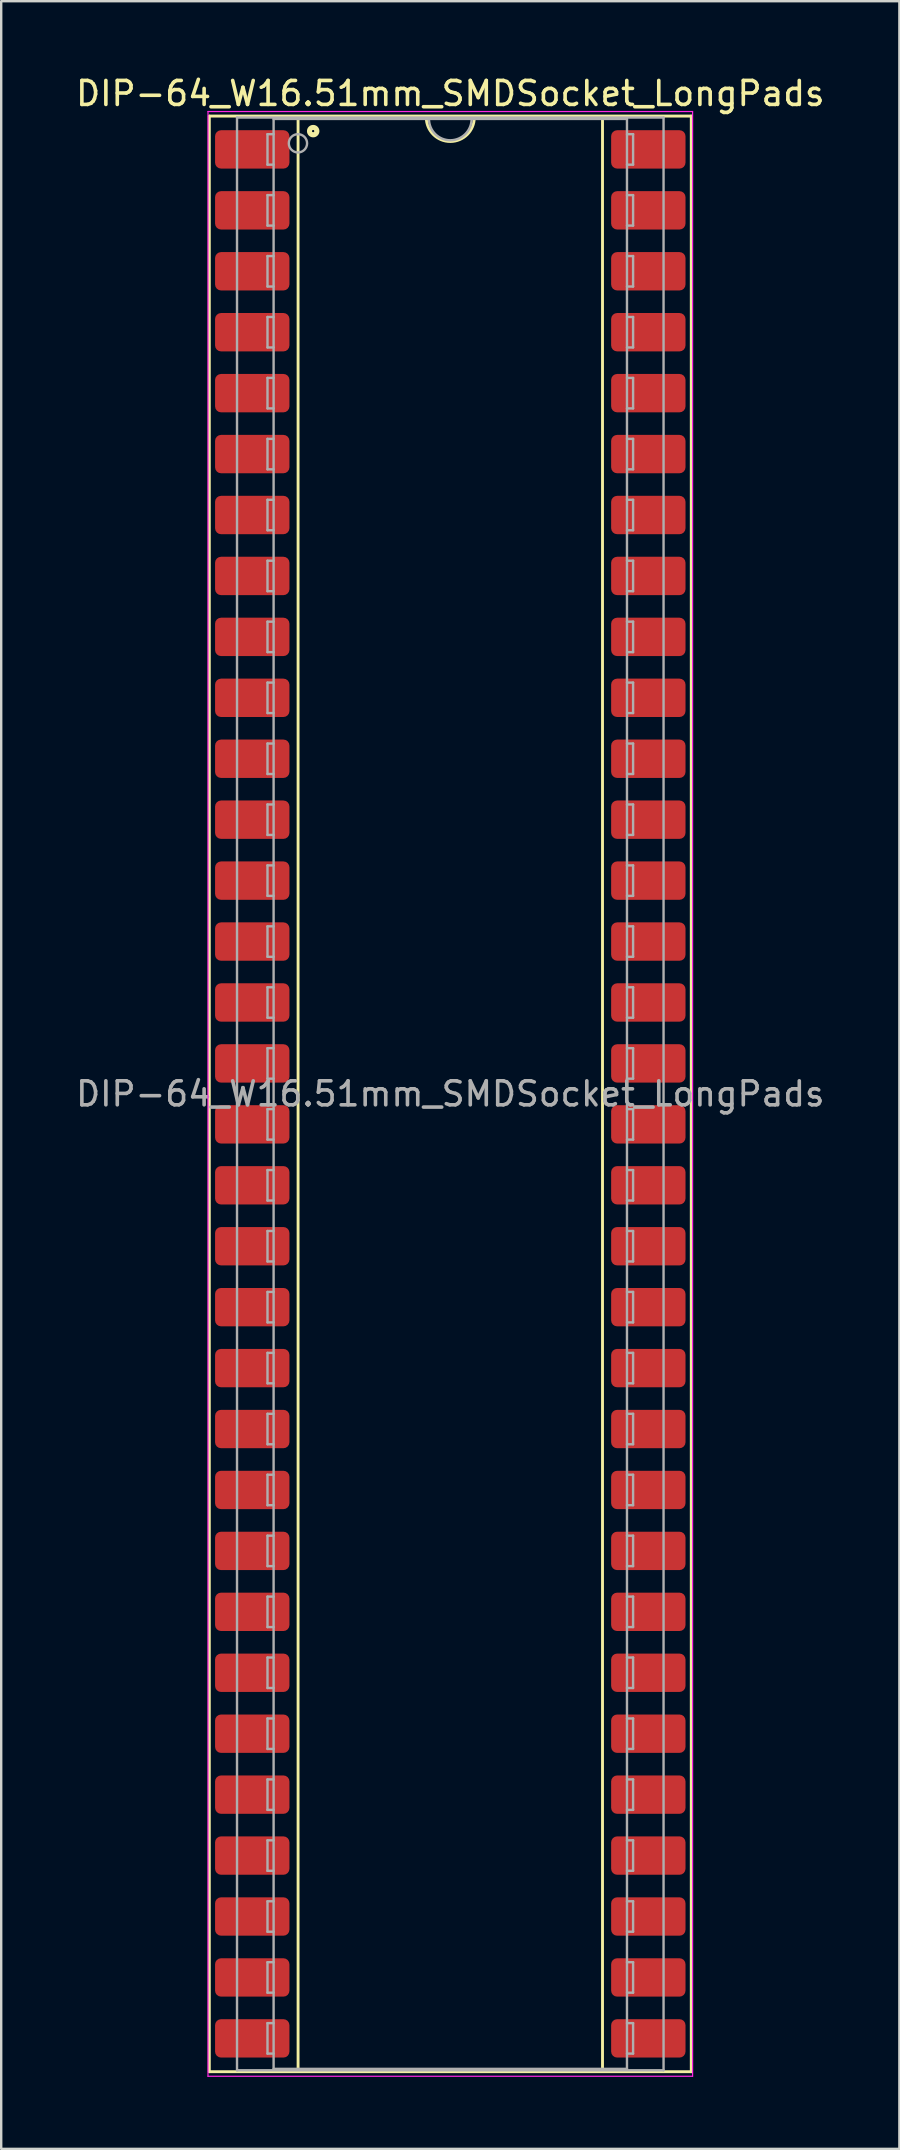
<source format=kicad_pcb>
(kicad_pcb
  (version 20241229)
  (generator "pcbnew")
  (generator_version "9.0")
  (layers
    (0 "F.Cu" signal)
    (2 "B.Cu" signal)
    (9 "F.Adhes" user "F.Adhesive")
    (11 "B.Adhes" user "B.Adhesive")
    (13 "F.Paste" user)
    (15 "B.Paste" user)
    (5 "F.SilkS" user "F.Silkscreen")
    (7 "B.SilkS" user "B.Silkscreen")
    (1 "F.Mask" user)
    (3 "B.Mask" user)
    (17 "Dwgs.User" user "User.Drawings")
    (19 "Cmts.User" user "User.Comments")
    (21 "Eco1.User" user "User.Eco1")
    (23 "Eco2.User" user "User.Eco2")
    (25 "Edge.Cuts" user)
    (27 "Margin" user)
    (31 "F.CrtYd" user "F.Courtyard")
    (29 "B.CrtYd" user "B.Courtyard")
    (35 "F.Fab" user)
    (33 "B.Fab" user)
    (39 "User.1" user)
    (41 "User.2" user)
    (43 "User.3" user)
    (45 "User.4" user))
  (footprint "DIP-64_W16.51mm_SMDSocket_LongPads"
    (layer "F.Cu")
    (at 15.72 42.548)
    (property "Reference" "DIP-64_W16.51mm_SMDSocket_LongPads" (at 0 -41.7 0) (layer "F.SilkS") (effects (font (size 1 1) (thickness 0.15))))
    (attr smd)
    (fp_line (start -10.045 -40.76) (end -10.045 40.76) (stroke (width 0.12) (type solid)) (layer "F.SilkS"))
    (fp_line (start -10.045 40.76) (end 10.045 40.76) (stroke (width 0.12) (type solid)) (layer "F.SilkS"))
    (fp_line (start -6.345 -40.7) (end -6.345 40.7) (stroke (width 0.12) (type solid)) (layer "F.SilkS"))
    (fp_line (start -6.345 40.7) (end 6.345 40.7) (stroke (width 0.12) (type solid)) (layer "F.SilkS"))
    (fp_line (start -1 -40.7) (end -6.345 -40.7) (stroke (width 0.12) (type solid)) (layer "F.SilkS"))
    (fp_line (start 6.345 -40.7) (end 1 -40.7) (stroke (width 0.12) (type solid)) (layer "F.SilkS"))
    (fp_line (start 6.345 40.7) (end 6.345 -40.7) (stroke (width 0.12) (type solid)) (layer "F.SilkS"))
    (fp_line (start 10.045 -40.76) (end -10.045 -40.76) (stroke (width 0.12) (type solid)) (layer "F.SilkS"))
    (fp_line (start 10.045 40.76) (end 10.045 -40.76) (stroke (width 0.12) (type solid)) (layer "F.SilkS"))
    (fp_arc (start 1 -40.7) (mid 0 -39.7) (end -1 -40.7) (stroke (width 0.12) (type solid)) (layer "F.SilkS"))
    (fp_circle (center -5.715 -40.132) (end -5.665 -40.132) (stroke (width 0.12) (type solid)) (fill no) (layer "F.SilkS"))
    (fp_circle (center -5.715 -40.132) (end -5.59 -40.132) (stroke (width 0.12) (type solid)) (fill no) (layer "F.SilkS"))
    (fp_circle (center -5.715 -40.132) (end -5.515 -40.132) (stroke (width 0.12) (type solid)) (fill no) (layer "F.SilkS"))
    (fp_line (start -10.1 -40.95) (end -10.1 40.95) (stroke (width 0.05) (type solid)) (layer "F.CrtYd"))
    (fp_line (start -10.1 40.95) (end 10.1 40.95) (stroke (width 0.05) (type solid)) (layer "F.CrtYd"))
    (fp_line (start 10.1 -40.95) (end -10.1 -40.95) (stroke (width 0.05) (type solid)) (layer "F.CrtYd"))
    (fp_line (start 10.1 40.95) (end 10.1 -40.95) (stroke (width 0.05) (type solid)) (layer "F.CrtYd"))
    (fp_line (start -8.89 -40.7) (end -8.89 40.7) (stroke (width 0.1) (type solid)) (layer "F.Fab"))
    (fp_line (start -8.89 40.7) (end 8.89 40.7) (stroke (width 0.1) (type solid)) (layer "F.Fab"))
    (fp_line (start -7.62 -40.005) (end -7.62 -38.735) (stroke (width 0.1) (type solid)) (layer "F.Fab"))
    (fp_line (start -7.62 -40.005) (end -7.366 -40.005) (stroke (width 0.1) (type solid)) (layer "F.Fab"))
    (fp_line (start -7.62 -38.735) (end -7.366 -38.735) (stroke (width 0.1) (type solid)) (layer "F.Fab"))
    (fp_line (start -7.62 -37.465) (end -7.62 -36.195) (stroke (width 0.1) (type solid)) (layer "F.Fab"))
    (fp_line (start -7.62 -37.465) (end -7.366 -37.465) (stroke (width 0.1) (type solid)) (layer "F.Fab"))
    (fp_line (start -7.62 -36.195) (end -7.366 -36.195) (stroke (width 0.1) (type solid)) (layer "F.Fab"))
    (fp_line (start -7.62 -34.925) (end -7.62 -33.655) (stroke (width 0.1) (type solid)) (layer "F.Fab"))
    (fp_line (start -7.62 -34.925) (end -7.366 -34.925) (stroke (width 0.1) (type solid)) (layer "F.Fab"))
    (fp_line (start -7.62 -33.655) (end -7.366 -33.655) (stroke (width 0.1) (type solid)) (layer "F.Fab"))
    (fp_line (start -7.62 -32.385) (end -7.62 -31.115) (stroke (width 0.1) (type solid)) (layer "F.Fab"))
    (fp_line (start -7.62 -32.385) (end -7.366 -32.385) (stroke (width 0.1) (type solid)) (layer "F.Fab"))
    (fp_line (start -7.62 -31.115) (end -7.366 -31.115) (stroke (width 0.1) (type solid)) (layer "F.Fab"))
    (fp_line (start -7.62 -29.845) (end -7.62 -28.575) (stroke (width 0.1) (type solid)) (layer "F.Fab"))
    (fp_line (start -7.62 -29.845) (end -7.366 -29.845) (stroke (width 0.1) (type solid)) (layer "F.Fab"))
    (fp_line (start -7.62 -28.575) (end -7.366 -28.575) (stroke (width 0.1) (type solid)) (layer "F.Fab"))
    (fp_line (start -7.62 -27.305) (end -7.62 -26.035) (stroke (width 0.1) (type solid)) (layer "F.Fab"))
    (fp_line (start -7.62 -27.305) (end -7.366 -27.305) (stroke (width 0.1) (type solid)) (layer "F.Fab"))
    (fp_line (start -7.62 -26.035) (end -7.366 -26.035) (stroke (width 0.1) (type solid)) (layer "F.Fab"))
    (fp_line (start -7.62 -24.765) (end -7.62 -23.495) (stroke (width 0.1) (type solid)) (layer "F.Fab"))
    (fp_line (start -7.62 -24.765) (end -7.366 -24.765) (stroke (width 0.1) (type solid)) (layer "F.Fab"))
    (fp_line (start -7.62 -23.495) (end -7.366 -23.495) (stroke (width 0.1) (type solid)) (layer "F.Fab"))
    (fp_line (start -7.62 -22.225) (end -7.62 -20.955) (stroke (width 0.1) (type solid)) (layer "F.Fab"))
    (fp_line (start -7.62 -22.225) (end -7.366 -22.225) (stroke (width 0.1) (type solid)) (layer "F.Fab"))
    (fp_line (start -7.62 -20.955) (end -7.366 -20.955) (stroke (width 0.1) (type solid)) (layer "F.Fab"))
    (fp_line (start -7.62 -19.685) (end -7.62 -18.415) (stroke (width 0.1) (type solid)) (layer "F.Fab"))
    (fp_line (start -7.62 -19.685) (end -7.366 -19.685) (stroke (width 0.1) (type solid)) (layer "F.Fab"))
    (fp_line (start -7.62 -18.415) (end -7.366 -18.415) (stroke (width 0.1) (type solid)) (layer "F.Fab"))
    (fp_line (start -7.62 -17.145) (end -7.62 -15.875) (stroke (width 0.1) (type solid)) (layer "F.Fab"))
    (fp_line (start -7.62 -17.145) (end -7.366 -17.145) (stroke (width 0.1) (type solid)) (layer "F.Fab"))
    (fp_line (start -7.62 -15.875) (end -7.366 -15.875) (stroke (width 0.1) (type solid)) (layer "F.Fab"))
    (fp_line (start -7.62 -14.605) (end -7.62 -13.335) (stroke (width 0.1) (type solid)) (layer "F.Fab"))
    (fp_line (start -7.62 -14.605) (end -7.366 -14.605) (stroke (width 0.1) (type solid)) (layer "F.Fab"))
    (fp_line (start -7.62 -13.335) (end -7.366 -13.335) (stroke (width 0.1) (type solid)) (layer "F.Fab"))
    (fp_line (start -7.62 -12.065) (end -7.62 -10.795) (stroke (width 0.1) (type solid)) (layer "F.Fab"))
    (fp_line (start -7.62 -12.065) (end -7.366 -12.065) (stroke (width 0.1) (type solid)) (layer "F.Fab"))
    (fp_line (start -7.62 -10.795) (end -7.366 -10.795) (stroke (width 0.1) (type solid)) (layer "F.Fab"))
    (fp_line (start -7.62 -9.525) (end -7.62 -8.255) (stroke (width 0.1) (type solid)) (layer "F.Fab"))
    (fp_line (start -7.62 -9.525) (end -7.366 -9.525) (stroke (width 0.1) (type solid)) (layer "F.Fab"))
    (fp_line (start -7.62 -8.255) (end -7.366 -8.255) (stroke (width 0.1) (type solid)) (layer "F.Fab"))
    (fp_line (start -7.62 -6.985) (end -7.62 -5.715) (stroke (width 0.1) (type solid)) (layer "F.Fab"))
    (fp_line (start -7.62 -6.985) (end -7.366 -6.985) (stroke (width 0.1) (type solid)) (layer "F.Fab"))
    (fp_line (start -7.62 -5.715) (end -7.366 -5.715) (stroke (width 0.1) (type solid)) (layer "F.Fab"))
    (fp_line (start -7.62 -4.445) (end -7.62 -3.175) (stroke (width 0.1) (type solid)) (layer "F.Fab"))
    (fp_line (start -7.62 -4.445) (end -7.366 -4.445) (stroke (width 0.1) (type solid)) (layer "F.Fab"))
    (fp_line (start -7.62 -3.175) (end -7.366 -3.175) (stroke (width 0.1) (type solid)) (layer "F.Fab"))
    (fp_line (start -7.62 -1.905) (end -7.62 -0.635) (stroke (width 0.1) (type solid)) (layer "F.Fab"))
    (fp_line (start -7.62 -1.905) (end -7.366 -1.905) (stroke (width 0.1) (type solid)) (layer "F.Fab"))
    (fp_line (start -7.62 -0.635) (end -7.366 -0.635) (stroke (width 0.1) (type solid)) (layer "F.Fab"))
    (fp_line (start -7.62 0.635) (end -7.62 1.905) (stroke (width 0.1) (type solid)) (layer "F.Fab"))
    (fp_line (start -7.62 0.635) (end -7.366 0.635) (stroke (width 0.1) (type solid)) (layer "F.Fab"))
    (fp_line (start -7.62 1.905) (end -7.366 1.905) (stroke (width 0.1) (type solid)) (layer "F.Fab"))
    (fp_line (start -7.62 3.175) (end -7.62 4.445) (stroke (width 0.1) (type solid)) (layer "F.Fab"))
    (fp_line (start -7.62 3.175) (end -7.366 3.175) (stroke (width 0.1) (type solid)) (layer "F.Fab"))
    (fp_line (start -7.62 4.445) (end -7.366 4.445) (stroke (width 0.1) (type solid)) (layer "F.Fab"))
    (fp_line (start -7.62 5.715) (end -7.62 6.985) (stroke (width 0.1) (type solid)) (layer "F.Fab"))
    (fp_line (start -7.62 5.715) (end -7.366 5.715) (stroke (width 0.1) (type solid)) (layer "F.Fab"))
    (fp_line (start -7.62 6.985) (end -7.366 6.985) (stroke (width 0.1) (type solid)) (layer "F.Fab"))
    (fp_line (start -7.62 8.255) (end -7.62 9.525) (stroke (width 0.1) (type solid)) (layer "F.Fab"))
    (fp_line (start -7.62 8.255) (end -7.366 8.255) (stroke (width 0.1) (type solid)) (layer "F.Fab"))
    (fp_line (start -7.62 9.525) (end -7.366 9.525) (stroke (width 0.1) (type solid)) (layer "F.Fab"))
    (fp_line (start -7.62 10.795) (end -7.62 12.065) (stroke (width 0.1) (type solid)) (layer "F.Fab"))
    (fp_line (start -7.62 10.795) (end -7.366 10.795) (stroke (width 0.1) (type solid)) (layer "F.Fab"))
    (fp_line (start -7.62 12.065) (end -7.366 12.065) (stroke (width 0.1) (type solid)) (layer "F.Fab"))
    (fp_line (start -7.62 13.335) (end -7.62 14.605) (stroke (width 0.1) (type solid)) (layer "F.Fab"))
    (fp_line (start -7.62 13.335) (end -7.366 13.335) (stroke (width 0.1) (type solid)) (layer "F.Fab"))
    (fp_line (start -7.62 14.605) (end -7.366 14.605) (stroke (width 0.1) (type solid)) (layer "F.Fab"))
    (fp_line (start -7.62 15.875) (end -7.62 17.145) (stroke (width 0.1) (type solid)) (layer "F.Fab"))
    (fp_line (start -7.62 15.875) (end -7.366 15.875) (stroke (width 0.1) (type solid)) (layer "F.Fab"))
    (fp_line (start -7.62 17.145) (end -7.366 17.145) (stroke (width 0.1) (type solid)) (layer "F.Fab"))
    (fp_line (start -7.62 18.415) (end -7.62 19.685) (stroke (width 0.1) (type solid)) (layer "F.Fab"))
    (fp_line (start -7.62 18.415) (end -7.366 18.415) (stroke (width 0.1) (type solid)) (layer "F.Fab"))
    (fp_line (start -7.62 19.685) (end -7.366 19.685) (stroke (width 0.1) (type solid)) (layer "F.Fab"))
    (fp_line (start -7.62 20.955) (end -7.62 22.225) (stroke (width 0.1) (type solid)) (layer "F.Fab"))
    (fp_line (start -7.62 20.955) (end -7.366 20.955) (stroke (width 0.1) (type solid)) (layer "F.Fab"))
    (fp_line (start -7.62 22.225) (end -7.366 22.225) (stroke (width 0.1) (type solid)) (layer "F.Fab"))
    (fp_line (start -7.62 23.495) (end -7.62 24.765) (stroke (width 0.1) (type solid)) (layer "F.Fab"))
    (fp_line (start -7.62 23.495) (end -7.366 23.495) (stroke (width 0.1) (type solid)) (layer "F.Fab"))
    (fp_line (start -7.62 24.765) (end -7.366 24.765) (stroke (width 0.1) (type solid)) (layer "F.Fab"))
    (fp_line (start -7.62 26.035) (end -7.62 27.305) (stroke (width 0.1) (type solid)) (layer "F.Fab"))
    (fp_line (start -7.62 26.035) (end -7.366 26.035) (stroke (width 0.1) (type solid)) (layer "F.Fab"))
    (fp_line (start -7.62 27.305) (end -7.366 27.305) (stroke (width 0.1) (type solid)) (layer "F.Fab"))
    (fp_line (start -7.62 28.575) (end -7.62 29.845) (stroke (width 0.1) (type solid)) (layer "F.Fab"))
    (fp_line (start -7.62 28.575) (end -7.366 28.575) (stroke (width 0.1) (type solid)) (layer "F.Fab"))
    (fp_line (start -7.62 29.845) (end -7.366 29.845) (stroke (width 0.1) (type solid)) (layer "F.Fab"))
    (fp_line (start -7.62 31.115) (end -7.62 32.385) (stroke (width 0.1) (type solid)) (layer "F.Fab"))
    (fp_line (start -7.62 31.115) (end -7.366 31.115) (stroke (width 0.1) (type solid)) (layer "F.Fab"))
    (fp_line (start -7.62 32.385) (end -7.366 32.385) (stroke (width 0.1) (type solid)) (layer "F.Fab"))
    (fp_line (start -7.62 33.655) (end -7.62 34.925) (stroke (width 0.1) (type solid)) (layer "F.Fab"))
    (fp_line (start -7.62 33.655) (end -7.366 33.655) (stroke (width 0.1) (type solid)) (layer "F.Fab"))
    (fp_line (start -7.62 34.925) (end -7.366 34.925) (stroke (width 0.1) (type solid)) (layer "F.Fab"))
    (fp_line (start -7.62 36.195) (end -7.62 37.465) (stroke (width 0.1) (type solid)) (layer "F.Fab"))
    (fp_line (start -7.62 36.195) (end -7.366 36.195) (stroke (width 0.1) (type solid)) (layer "F.Fab"))
    (fp_line (start -7.62 37.465) (end -7.366 37.465) (stroke (width 0.1) (type solid)) (layer "F.Fab"))
    (fp_line (start -7.62 38.735) (end -7.62 40.005) (stroke (width 0.1) (type solid)) (layer "F.Fab"))
    (fp_line (start -7.62 38.735) (end -7.366 38.735) (stroke (width 0.1) (type solid)) (layer "F.Fab"))
    (fp_line (start -7.62 40.005) (end -7.366 40.005) (stroke (width 0.1) (type solid)) (layer "F.Fab"))
    (fp_line (start -7.365 -40.64) (end 7.365 -40.64) (stroke (width 0.1) (type solid)) (layer "F.Fab"))
    (fp_line (start -7.365 40.64) (end -7.365 -40.64) (stroke (width 0.1) (type solid)) (layer "F.Fab"))
    (fp_line (start 7.365 -40.64) (end 7.365 40.64) (stroke (width 0.1) (type solid)) (layer "F.Fab"))
    (fp_line (start 7.365 40.64) (end -7.365 40.64) (stroke (width 0.1) (type solid)) (layer "F.Fab"))
    (fp_line (start 7.62 -40.005) (end 7.366 -40.005) (stroke (width 0.1) (type solid)) (layer "F.Fab"))
    (fp_line (start 7.62 -38.735) (end 7.366 -38.735) (stroke (width 0.1) (type solid)) (layer "F.Fab"))
    (fp_line (start 7.62 -38.735) (end 7.62 -40.005) (stroke (width 0.1) (type solid)) (layer "F.Fab"))
    (fp_line (start 7.62 -37.465) (end 7.366 -37.465) (stroke (width 0.1) (type solid)) (layer "F.Fab"))
    (fp_line (start 7.62 -36.195) (end 7.366 -36.195) (stroke (width 0.1) (type solid)) (layer "F.Fab"))
    (fp_line (start 7.62 -36.195) (end 7.62 -37.465) (stroke (width 0.1) (type solid)) (layer "F.Fab"))
    (fp_line (start 7.62 -34.925) (end 7.366 -34.925) (stroke (width 0.1) (type solid)) (layer "F.Fab"))
    (fp_line (start 7.62 -33.655) (end 7.366 -33.655) (stroke (width 0.1) (type solid)) (layer "F.Fab"))
    (fp_line (start 7.62 -33.655) (end 7.62 -34.925) (stroke (width 0.1) (type solid)) (layer "F.Fab"))
    (fp_line (start 7.62 -32.385) (end 7.366 -32.385) (stroke (width 0.1) (type solid)) (layer "F.Fab"))
    (fp_line (start 7.62 -31.115) (end 7.366 -31.115) (stroke (width 0.1) (type solid)) (layer "F.Fab"))
    (fp_line (start 7.62 -31.115) (end 7.62 -32.385) (stroke (width 0.1) (type solid)) (layer "F.Fab"))
    (fp_line (start 7.62 -29.845) (end 7.366 -29.845) (stroke (width 0.1) (type solid)) (layer "F.Fab"))
    (fp_line (start 7.62 -28.575) (end 7.366 -28.575) (stroke (width 0.1) (type solid)) (layer "F.Fab"))
    (fp_line (start 7.62 -28.575) (end 7.62 -29.845) (stroke (width 0.1) (type solid)) (layer "F.Fab"))
    (fp_line (start 7.62 -27.305) (end 7.366 -27.305) (stroke (width 0.1) (type solid)) (layer "F.Fab"))
    (fp_line (start 7.62 -26.035) (end 7.366 -26.035) (stroke (width 0.1) (type solid)) (layer "F.Fab"))
    (fp_line (start 7.62 -26.035) (end 7.62 -27.305) (stroke (width 0.1) (type solid)) (layer "F.Fab"))
    (fp_line (start 7.62 -24.765) (end 7.366 -24.765) (stroke (width 0.1) (type solid)) (layer "F.Fab"))
    (fp_line (start 7.62 -23.495) (end 7.366 -23.495) (stroke (width 0.1) (type solid)) (layer "F.Fab"))
    (fp_line (start 7.62 -23.495) (end 7.62 -24.765) (stroke (width 0.1) (type solid)) (layer "F.Fab"))
    (fp_line (start 7.62 -22.225) (end 7.366 -22.225) (stroke (width 0.1) (type solid)) (layer "F.Fab"))
    (fp_line (start 7.62 -20.955) (end 7.366 -20.955) (stroke (width 0.1) (type solid)) (layer "F.Fab"))
    (fp_line (start 7.62 -20.955) (end 7.62 -22.225) (stroke (width 0.1) (type solid)) (layer "F.Fab"))
    (fp_line (start 7.62 -19.685) (end 7.366 -19.685) (stroke (width 0.1) (type solid)) (layer "F.Fab"))
    (fp_line (start 7.62 -18.415) (end 7.366 -18.415) (stroke (width 0.1) (type solid)) (layer "F.Fab"))
    (fp_line (start 7.62 -18.415) (end 7.62 -19.685) (stroke (width 0.1) (type solid)) (layer "F.Fab"))
    (fp_line (start 7.62 -17.145) (end 7.366 -17.145) (stroke (width 0.1) (type solid)) (layer "F.Fab"))
    (fp_line (start 7.62 -15.875) (end 7.366 -15.875) (stroke (width 0.1) (type solid)) (layer "F.Fab"))
    (fp_line (start 7.62 -15.875) (end 7.62 -17.145) (stroke (width 0.1) (type solid)) (layer "F.Fab"))
    (fp_line (start 7.62 -14.605) (end 7.366 -14.605) (stroke (width 0.1) (type solid)) (layer "F.Fab"))
    (fp_line (start 7.62 -13.335) (end 7.366 -13.335) (stroke (width 0.1) (type solid)) (layer "F.Fab"))
    (fp_line (start 7.62 -13.335) (end 7.62 -14.605) (stroke (width 0.1) (type solid)) (layer "F.Fab"))
    (fp_line (start 7.62 -12.065) (end 7.366 -12.065) (stroke (width 0.1) (type solid)) (layer "F.Fab"))
    (fp_line (start 7.62 -10.795) (end 7.366 -10.795) (stroke (width 0.1) (type solid)) (layer "F.Fab"))
    (fp_line (start 7.62 -10.795) (end 7.62 -12.065) (stroke (width 0.1) (type solid)) (layer "F.Fab"))
    (fp_line (start 7.62 -9.525) (end 7.366 -9.525) (stroke (width 0.1) (type solid)) (layer "F.Fab"))
    (fp_line (start 7.62 -8.255) (end 7.366 -8.255) (stroke (width 0.1) (type solid)) (layer "F.Fab"))
    (fp_line (start 7.62 -8.255) (end 7.62 -9.525) (stroke (width 0.1) (type solid)) (layer "F.Fab"))
    (fp_line (start 7.62 -6.985) (end 7.366 -6.985) (stroke (width 0.1) (type solid)) (layer "F.Fab"))
    (fp_line (start 7.62 -5.715) (end 7.366 -5.715) (stroke (width 0.1) (type solid)) (layer "F.Fab"))
    (fp_line (start 7.62 -5.715) (end 7.62 -6.985) (stroke (width 0.1) (type solid)) (layer "F.Fab"))
    (fp_line (start 7.62 -4.445) (end 7.366 -4.445) (stroke (width 0.1) (type solid)) (layer "F.Fab"))
    (fp_line (start 7.62 -3.175) (end 7.366 -3.175) (stroke (width 0.1) (type solid)) (layer "F.Fab"))
    (fp_line (start 7.62 -3.175) (end 7.62 -4.445) (stroke (width 0.1) (type solid)) (layer "F.Fab"))
    (fp_line (start 7.62 -1.905) (end 7.366 -1.905) (stroke (width 0.1) (type solid)) (layer "F.Fab"))
    (fp_line (start 7.62 -0.635) (end 7.366 -0.635) (stroke (width 0.1) (type solid)) (layer "F.Fab"))
    (fp_line (start 7.62 -0.635) (end 7.62 -1.905) (stroke (width 0.1) (type solid)) (layer "F.Fab"))
    (fp_line (start 7.62 0.635) (end 7.366 0.635) (stroke (width 0.1) (type solid)) (layer "F.Fab"))
    (fp_line (start 7.62 1.905) (end 7.366 1.905) (stroke (width 0.1) (type solid)) (layer "F.Fab"))
    (fp_line (start 7.62 1.905) (end 7.62 0.635) (stroke (width 0.1) (type solid)) (layer "F.Fab"))
    (fp_line (start 7.62 3.175) (end 7.366 3.175) (stroke (width 0.1) (type solid)) (layer "F.Fab"))
    (fp_line (start 7.62 4.445) (end 7.366 4.445) (stroke (width 0.1) (type solid)) (layer "F.Fab"))
    (fp_line (start 7.62 4.445) (end 7.62 3.175) (stroke (width 0.1) (type solid)) (layer "F.Fab"))
    (fp_line (start 7.62 5.715) (end 7.366 5.715) (stroke (width 0.1) (type solid)) (layer "F.Fab"))
    (fp_line (start 7.62 6.985) (end 7.366 6.985) (stroke (width 0.1) (type solid)) (layer "F.Fab"))
    (fp_line (start 7.62 6.985) (end 7.62 5.715) (stroke (width 0.1) (type solid)) (layer "F.Fab"))
    (fp_line (start 7.62 8.255) (end 7.366 8.255) (stroke (width 0.1) (type solid)) (layer "F.Fab"))
    (fp_line (start 7.62 9.525) (end 7.366 9.525) (stroke (width 0.1) (type solid)) (layer "F.Fab"))
    (fp_line (start 7.62 9.525) (end 7.62 8.255) (stroke (width 0.1) (type solid)) (layer "F.Fab"))
    (fp_line (start 7.62 10.795) (end 7.366 10.795) (stroke (width 0.1) (type solid)) (layer "F.Fab"))
    (fp_line (start 7.62 12.065) (end 7.366 12.065) (stroke (width 0.1) (type solid)) (layer "F.Fab"))
    (fp_line (start 7.62 12.065) (end 7.62 10.795) (stroke (width 0.1) (type solid)) (layer "F.Fab"))
    (fp_line (start 7.62 13.335) (end 7.366 13.335) (stroke (width 0.1) (type solid)) (layer "F.Fab"))
    (fp_line (start 7.62 14.605) (end 7.366 14.605) (stroke (width 0.1) (type solid)) (layer "F.Fab"))
    (fp_line (start 7.62 14.605) (end 7.62 13.335) (stroke (width 0.1) (type solid)) (layer "F.Fab"))
    (fp_line (start 7.62 15.875) (end 7.366 15.875) (stroke (width 0.1) (type solid)) (layer "F.Fab"))
    (fp_line (start 7.62 17.145) (end 7.366 17.145) (stroke (width 0.1) (type solid)) (layer "F.Fab"))
    (fp_line (start 7.62 17.145) (end 7.62 15.875) (stroke (width 0.1) (type solid)) (layer "F.Fab"))
    (fp_line (start 7.62 18.415) (end 7.366 18.415) (stroke (width 0.1) (type solid)) (layer "F.Fab"))
    (fp_line (start 7.62 19.685) (end 7.366 19.685) (stroke (width 0.1) (type solid)) (layer "F.Fab"))
    (fp_line (start 7.62 19.685) (end 7.62 18.415) (stroke (width 0.1) (type solid)) (layer "F.Fab"))
    (fp_line (start 7.62 20.955) (end 7.366 20.955) (stroke (width 0.1) (type solid)) (layer "F.Fab"))
    (fp_line (start 7.62 22.225) (end 7.366 22.225) (stroke (width 0.1) (type solid)) (layer "F.Fab"))
    (fp_line (start 7.62 22.225) (end 7.62 20.955) (stroke (width 0.1) (type solid)) (layer "F.Fab"))
    (fp_line (start 7.62 23.495) (end 7.366 23.495) (stroke (width 0.1) (type solid)) (layer "F.Fab"))
    (fp_line (start 7.62 24.765) (end 7.366 24.765) (stroke (width 0.1) (type solid)) (layer "F.Fab"))
    (fp_line (start 7.62 24.765) (end 7.62 23.495) (stroke (width 0.1) (type solid)) (layer "F.Fab"))
    (fp_line (start 7.62 26.035) (end 7.366 26.035) (stroke (width 0.1) (type solid)) (layer "F.Fab"))
    (fp_line (start 7.62 27.305) (end 7.366 27.305) (stroke (width 0.1) (type solid)) (layer "F.Fab"))
    (fp_line (start 7.62 27.305) (end 7.62 26.035) (stroke (width 0.1) (type solid)) (layer "F.Fab"))
    (fp_line (start 7.62 28.575) (end 7.366 28.575) (stroke (width 0.1) (type solid)) (layer "F.Fab"))
    (fp_line (start 7.62 29.845) (end 7.366 29.845) (stroke (width 0.1) (type solid)) (layer "F.Fab"))
    (fp_line (start 7.62 29.845) (end 7.62 28.575) (stroke (width 0.1) (type solid)) (layer "F.Fab"))
    (fp_line (start 7.62 31.115) (end 7.366 31.115) (stroke (width 0.1) (type solid)) (layer "F.Fab"))
    (fp_line (start 7.62 32.385) (end 7.366 32.385) (stroke (width 0.1) (type solid)) (layer "F.Fab"))
    (fp_line (start 7.62 32.385) (end 7.62 31.115) (stroke (width 0.1) (type solid)) (layer "F.Fab"))
    (fp_line (start 7.62 33.655) (end 7.366 33.655) (stroke (width 0.1) (type solid)) (layer "F.Fab"))
    (fp_line (start 7.62 34.925) (end 7.366 34.925) (stroke (width 0.1) (type solid)) (layer "F.Fab"))
    (fp_line (start 7.62 34.925) (end 7.62 33.655) (stroke (width 0.1) (type solid)) (layer "F.Fab"))
    (fp_line (start 7.62 36.195) (end 7.366 36.195) (stroke (width 0.1) (type solid)) (layer "F.Fab"))
    (fp_line (start 7.62 37.465) (end 7.366 37.465) (stroke (width 0.1) (type solid)) (layer "F.Fab"))
    (fp_line (start 7.62 37.465) (end 7.62 36.195) (stroke (width 0.1) (type solid)) (layer "F.Fab"))
    (fp_line (start 7.62 38.735) (end 7.366 38.735) (stroke (width 0.1) (type solid)) (layer "F.Fab"))
    (fp_line (start 7.62 40.005) (end 7.366 40.005) (stroke (width 0.1) (type solid)) (layer "F.Fab"))
    (fp_line (start 7.62 40.005) (end 7.62 38.735) (stroke (width 0.1) (type solid)) (layer "F.Fab"))
    (fp_line (start 8.89 -40.7) (end -8.89 -40.7) (stroke (width 0.1) (type solid)) (layer "F.Fab"))
    (fp_line (start 8.89 40.7) (end 8.89 -40.7) (stroke (width 0.1) (type solid)) (layer "F.Fab"))
    (fp_arc (start 0.889 -40.64) (mid 0 -39.751) (end -0.889 -40.64) (stroke (width 0.1) (type solid)) (layer "F.Fab"))
    (fp_circle (center -6.35 -39.624) (end -5.969 -39.624) (stroke (width 0.1) (type solid)) (fill no) (layer "F.Fab"))
    (fp_text user "${REFERENCE}" (at 0 0 0) (layer "F.Fab") (effects (font (size 1 1) (thickness 0.15))))
    (pad "1" smd roundrect (at -8.255 -39.37) (size 3.1 1.6) (layers "F.Cu" "F.Mask" "F.Paste") (roundrect_rratio 0.156))
    (pad "2" smd roundrect (at -8.255 -36.83) (size 3.1 1.6) (layers "F.Cu" "F.Mask" "F.Paste") (roundrect_rratio 0.156))
    (pad "3" smd roundrect (at -8.255 -34.29) (size 3.1 1.6) (layers "F.Cu" "F.Mask" "F.Paste") (roundrect_rratio 0.156))
    (pad "4" smd roundrect (at -8.255 -31.75) (size 3.1 1.6) (layers "F.Cu" "F.Mask" "F.Paste") (roundrect_rratio 0.156))
    (pad "5" smd roundrect (at -8.255 -29.21) (size 3.1 1.6) (layers "F.Cu" "F.Mask" "F.Paste") (roundrect_rratio 0.156))
    (pad "6" smd roundrect (at -8.255 -26.67) (size 3.1 1.6) (layers "F.Cu" "F.Mask" "F.Paste") (roundrect_rratio 0.156))
    (pad "7" smd roundrect (at -8.255 -24.13) (size 3.1 1.6) (layers "F.Cu" "F.Mask" "F.Paste") (roundrect_rratio 0.156))
    (pad "8" smd roundrect (at -8.255 -21.59) (size 3.1 1.6) (layers "F.Cu" "F.Mask" "F.Paste") (roundrect_rratio 0.156))
    (pad "9" smd roundrect (at -8.255 -19.05) (size 3.1 1.6) (layers "F.Cu" "F.Mask" "F.Paste") (roundrect_rratio 0.156))
    (pad "10" smd roundrect (at -8.255 -16.51) (size 3.1 1.6) (layers "F.Cu" "F.Mask" "F.Paste") (roundrect_rratio 0.156))
    (pad "11" smd roundrect (at -8.255 -13.97) (size 3.1 1.6) (layers "F.Cu" "F.Mask" "F.Paste") (roundrect_rratio 0.156))
    (pad "12" smd roundrect (at -8.255 -11.43) (size 3.1 1.6) (layers "F.Cu" "F.Mask" "F.Paste") (roundrect_rratio 0.156))
    (pad "13" smd roundrect (at -8.255 -8.89) (size 3.1 1.6) (layers "F.Cu" "F.Mask" "F.Paste") (roundrect_rratio 0.156))
    (pad "14" smd roundrect (at -8.255 -6.35) (size 3.1 1.6) (layers "F.Cu" "F.Mask" "F.Paste") (roundrect_rratio 0.156))
    (pad "15" smd roundrect (at -8.255 -3.81) (size 3.1 1.6) (layers "F.Cu" "F.Mask" "F.Paste") (roundrect_rratio 0.156))
    (pad "16" smd roundrect (at -8.255 -1.27) (size 3.1 1.6) (layers "F.Cu" "F.Mask" "F.Paste") (roundrect_rratio 0.156))
    (pad "17" smd roundrect (at -8.255 1.27) (size 3.1 1.6) (layers "F.Cu" "F.Mask" "F.Paste") (roundrect_rratio 0.156))
    (pad "18" smd roundrect (at -8.255 3.81) (size 3.1 1.6) (layers "F.Cu" "F.Mask" "F.Paste") (roundrect_rratio 0.156))
    (pad "19" smd roundrect (at -8.255 6.35) (size 3.1 1.6) (layers "F.Cu" "F.Mask" "F.Paste") (roundrect_rratio 0.156))
    (pad "20" smd roundrect (at -8.255 8.89) (size 3.1 1.6) (layers "F.Cu" "F.Mask" "F.Paste") (roundrect_rratio 0.156))
    (pad "21" smd roundrect (at -8.255 11.43) (size 3.1 1.6) (layers "F.Cu" "F.Mask" "F.Paste") (roundrect_rratio 0.156))
    (pad "22" smd roundrect (at -8.255 13.97) (size 3.1 1.6) (layers "F.Cu" "F.Mask" "F.Paste") (roundrect_rratio 0.156))
    (pad "23" smd roundrect (at -8.255 16.51) (size 3.1 1.6) (layers "F.Cu" "F.Mask" "F.Paste") (roundrect_rratio 0.156))
    (pad "24" smd roundrect (at -8.255 19.05) (size 3.1 1.6) (layers "F.Cu" "F.Mask" "F.Paste") (roundrect_rratio 0.156))
    (pad "25" smd roundrect (at -8.255 21.59) (size 3.1 1.6) (layers "F.Cu" "F.Mask" "F.Paste") (roundrect_rratio 0.156))
    (pad "26" smd roundrect (at -8.255 24.13) (size 3.1 1.6) (layers "F.Cu" "F.Mask" "F.Paste") (roundrect_rratio 0.156))
    (pad "27" smd roundrect (at -8.255 26.67) (size 3.1 1.6) (layers "F.Cu" "F.Mask" "F.Paste") (roundrect_rratio 0.156))
    (pad "28" smd roundrect (at -8.255 29.21) (size 3.1 1.6) (layers "F.Cu" "F.Mask" "F.Paste") (roundrect_rratio 0.156))
    (pad "29" smd roundrect (at -8.255 31.75) (size 3.1 1.6) (layers "F.Cu" "F.Mask" "F.Paste") (roundrect_rratio 0.156))
    (pad "30" smd roundrect (at -8.255 34.29) (size 3.1 1.6) (layers "F.Cu" "F.Mask" "F.Paste") (roundrect_rratio 0.156))
    (pad "31" smd roundrect (at -8.255 36.83) (size 3.1 1.6) (layers "F.Cu" "F.Mask" "F.Paste") (roundrect_rratio 0.156))
    (pad "32" smd roundrect (at -8.255 39.37) (size 3.1 1.6) (layers "F.Cu" "F.Mask" "F.Paste") (roundrect_rratio 0.156))
    (pad "33" smd roundrect (at 8.255 39.37) (size 3.1 1.6) (layers "F.Cu" "F.Mask" "F.Paste") (roundrect_rratio 0.156))
    (pad "34" smd roundrect (at 8.255 36.83) (size 3.1 1.6) (layers "F.Cu" "F.Mask" "F.Paste") (roundrect_rratio 0.156))
    (pad "35" smd roundrect (at 8.255 34.29) (size 3.1 1.6) (layers "F.Cu" "F.Mask" "F.Paste") (roundrect_rratio 0.156))
    (pad "36" smd roundrect (at 8.255 31.75) (size 3.1 1.6) (layers "F.Cu" "F.Mask" "F.Paste") (roundrect_rratio 0.156))
    (pad "37" smd roundrect (at 8.255 29.21) (size 3.1 1.6) (layers "F.Cu" "F.Mask" "F.Paste") (roundrect_rratio 0.156))
    (pad "38" smd roundrect (at 8.255 26.67) (size 3.1 1.6) (layers "F.Cu" "F.Mask" "F.Paste") (roundrect_rratio 0.156))
    (pad "39" smd roundrect (at 8.255 24.13) (size 3.1 1.6) (layers "F.Cu" "F.Mask" "F.Paste") (roundrect_rratio 0.156))
    (pad "40" smd roundrect (at 8.255 21.59) (size 3.1 1.6) (layers "F.Cu" "F.Mask" "F.Paste") (roundrect_rratio 0.156))
    (pad "41" smd roundrect (at 8.255 19.05) (size 3.1 1.6) (layers "F.Cu" "F.Mask" "F.Paste") (roundrect_rratio 0.156))
    (pad "42" smd roundrect (at 8.255 16.51) (size 3.1 1.6) (layers "F.Cu" "F.Mask" "F.Paste") (roundrect_rratio 0.156))
    (pad "43" smd roundrect (at 8.255 13.97) (size 3.1 1.6) (layers "F.Cu" "F.Mask" "F.Paste") (roundrect_rratio 0.156))
    (pad "44" smd roundrect (at 8.255 11.43) (size 3.1 1.6) (layers "F.Cu" "F.Mask" "F.Paste") (roundrect_rratio 0.156))
    (pad "45" smd roundrect (at 8.255 8.89) (size 3.1 1.6) (layers "F.Cu" "F.Mask" "F.Paste") (roundrect_rratio 0.156))
    (pad "46" smd roundrect (at 8.255 6.35) (size 3.1 1.6) (layers "F.Cu" "F.Mask" "F.Paste") (roundrect_rratio 0.156))
    (pad "47" smd roundrect (at 8.255 3.81) (size 3.1 1.6) (layers "F.Cu" "F.Mask" "F.Paste") (roundrect_rratio 0.156))
    (pad "48" smd roundrect (at 8.255 1.27) (size 3.1 1.6) (layers "F.Cu" "F.Mask" "F.Paste") (roundrect_rratio 0.156))
    (pad "49" smd roundrect (at 8.255 -1.27) (size 3.1 1.6) (layers "F.Cu" "F.Mask" "F.Paste") (roundrect_rratio 0.156))
    (pad "50" smd roundrect (at 8.255 -3.81) (size 3.1 1.6) (layers "F.Cu" "F.Mask" "F.Paste") (roundrect_rratio 0.156))
    (pad "51" smd roundrect (at 8.255 -6.35) (size 3.1 1.6) (layers "F.Cu" "F.Mask" "F.Paste") (roundrect_rratio 0.156))
    (pad "52" smd roundrect (at 8.255 -8.89) (size 3.1 1.6) (layers "F.Cu" "F.Mask" "F.Paste") (roundrect_rratio 0.156))
    (pad "53" smd roundrect (at 8.255 -11.43) (size 3.1 1.6) (layers "F.Cu" "F.Mask" "F.Paste") (roundrect_rratio 0.156))
    (pad "54" smd roundrect (at 8.255 -13.97) (size 3.1 1.6) (layers "F.Cu" "F.Mask" "F.Paste") (roundrect_rratio 0.156))
    (pad "55" smd roundrect (at 8.255 -16.51) (size 3.1 1.6) (layers "F.Cu" "F.Mask" "F.Paste") (roundrect_rratio 0.156))
    (pad "56" smd roundrect (at 8.255 -19.05) (size 3.1 1.6) (layers "F.Cu" "F.Mask" "F.Paste") (roundrect_rratio 0.156))
    (pad "57" smd roundrect (at 8.255 -21.59) (size 3.1 1.6) (layers "F.Cu" "F.Mask" "F.Paste") (roundrect_rratio 0.156))
    (pad "58" smd roundrect (at 8.255 -24.13) (size 3.1 1.6) (layers "F.Cu" "F.Mask" "F.Paste") (roundrect_rratio 0.156))
    (pad "59" smd roundrect (at 8.255 -26.67) (size 3.1 1.6) (layers "F.Cu" "F.Mask" "F.Paste") (roundrect_rratio 0.156))
    (pad "60" smd roundrect (at 8.255 -29.21) (size 3.1 1.6) (layers "F.Cu" "F.Mask" "F.Paste") (roundrect_rratio 0.156))
    (pad "61" smd roundrect (at 8.255 -31.75) (size 3.1 1.6) (layers "F.Cu" "F.Mask" "F.Paste") (roundrect_rratio 0.156))
    (pad "62" smd roundrect (at 8.255 -34.29) (size 3.1 1.6) (layers "F.Cu" "F.Mask" "F.Paste") (roundrect_rratio 0.156))
    (pad "63" smd roundrect (at 8.255 -36.83) (size 3.1 1.6) (layers "F.Cu" "F.Mask" "F.Paste") (roundrect_rratio 0.156))
    (pad "64" smd roundrect (at 8.255 -39.37) (size 3.1 1.6) (layers "F.Cu" "F.Mask" "F.Paste") (roundrect_rratio 0.156)))
  (gr_rect
    (start -3 -3)
    (end 34.44 86.523)
    (stroke (width 0.1) (type default))
    (fill no)
    (layer "Edge.Cuts")))
</source>
